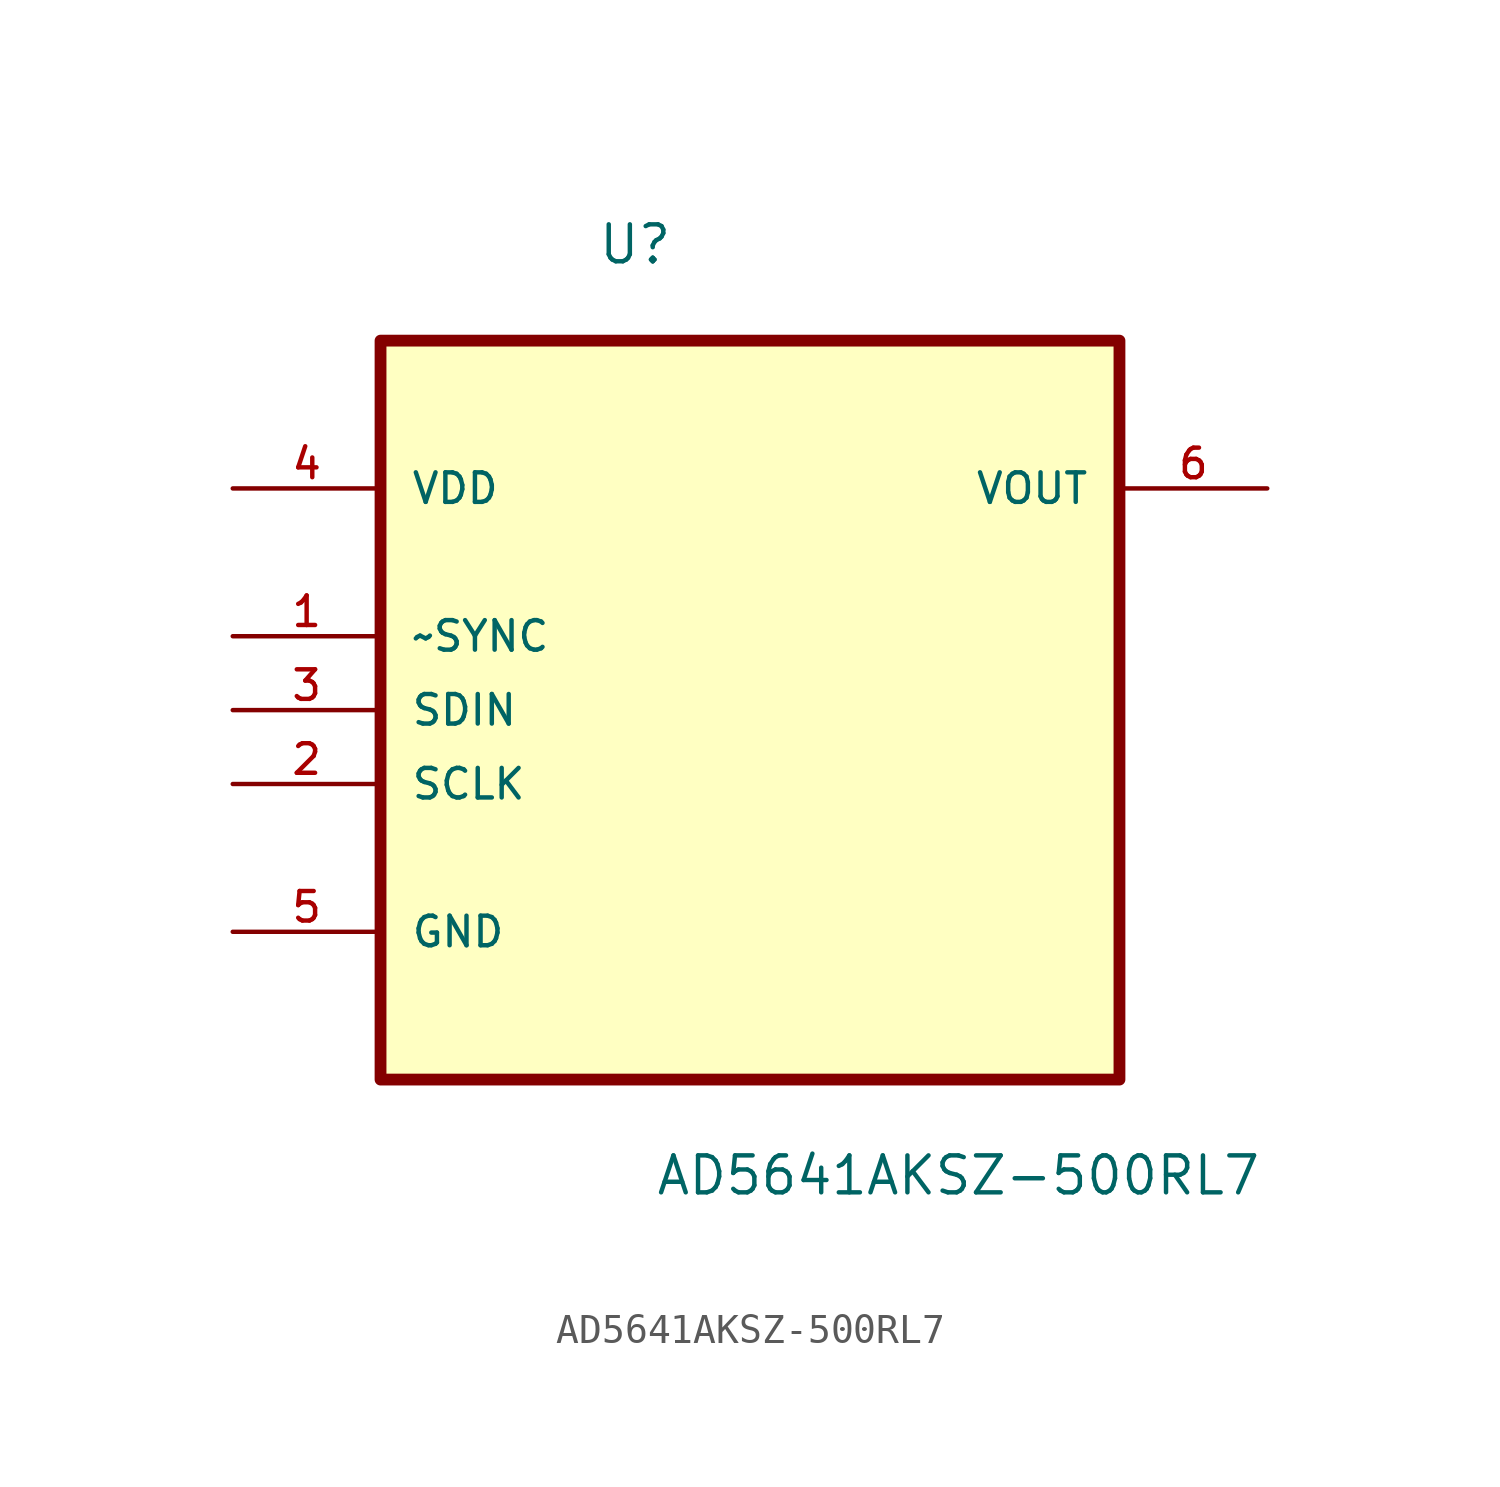
<source format=kicad_sym>
(kicad_symbol_lib
  (version 20211014)
  (generator kicad_symbol_editor)
  (symbol "AD5641AKSZ-500RL7"
    (pin_names
      (offset 1.016))
    (property "Reference" "U"
      (at -5.258 12.725 0.0)
      (effects (font (size 1.27 1.27)) (justify bottom left)))
    (property "Value" "AD5641AKSZ-500RL7"
      (at -3.277 -19.279 0.0)
      (effects (font (size 1.27 1.27)) (justify bottom left)))
    (symbol "AD5641AKSZ-500RL7_0_0"
      (rectangle (start -12.7 -15.24) (end 12.7 10.16) (stroke (width 0.406)) (fill (type background)))
      (pin power_in line (at -17.78 5.08 0) (length 5.08) (name "VDD" (effects (font (size 1.016 1.016)))) (number "4" (effects (font (size 1.016 1.016)))))
      (pin input line (at -17.78 0.0 0) (length 5.08) (name "~SYNC" (effects (font (size 1.016 1.016)))) (number "1" (effects (font (size 1.016 1.016)))))
      (pin input line (at -17.78 -2.54 0) (length 5.08) (name "SDIN" (effects (font (size 1.016 1.016)))) (number "3" (effects (font (size 1.016 1.016)))))
      (pin input line (at -17.78 -5.08 0) (length 5.08) (name "SCLK" (effects (font (size 1.016 1.016)))) (number "2" (effects (font (size 1.016 1.016)))))
      (pin passive line (at -17.78 -10.16 0) (length 5.08) (name "GND" (effects (font (size 1.016 1.016)))) (number "5" (effects (font (size 1.016 1.016)))))
      (pin output line (at 17.78 5.08 180.0) (length 5.08) (name "VOUT" (effects (font (size 1.016 1.016)))) (number "6" (effects (font (size 1.016 1.016))))))))
</source>
